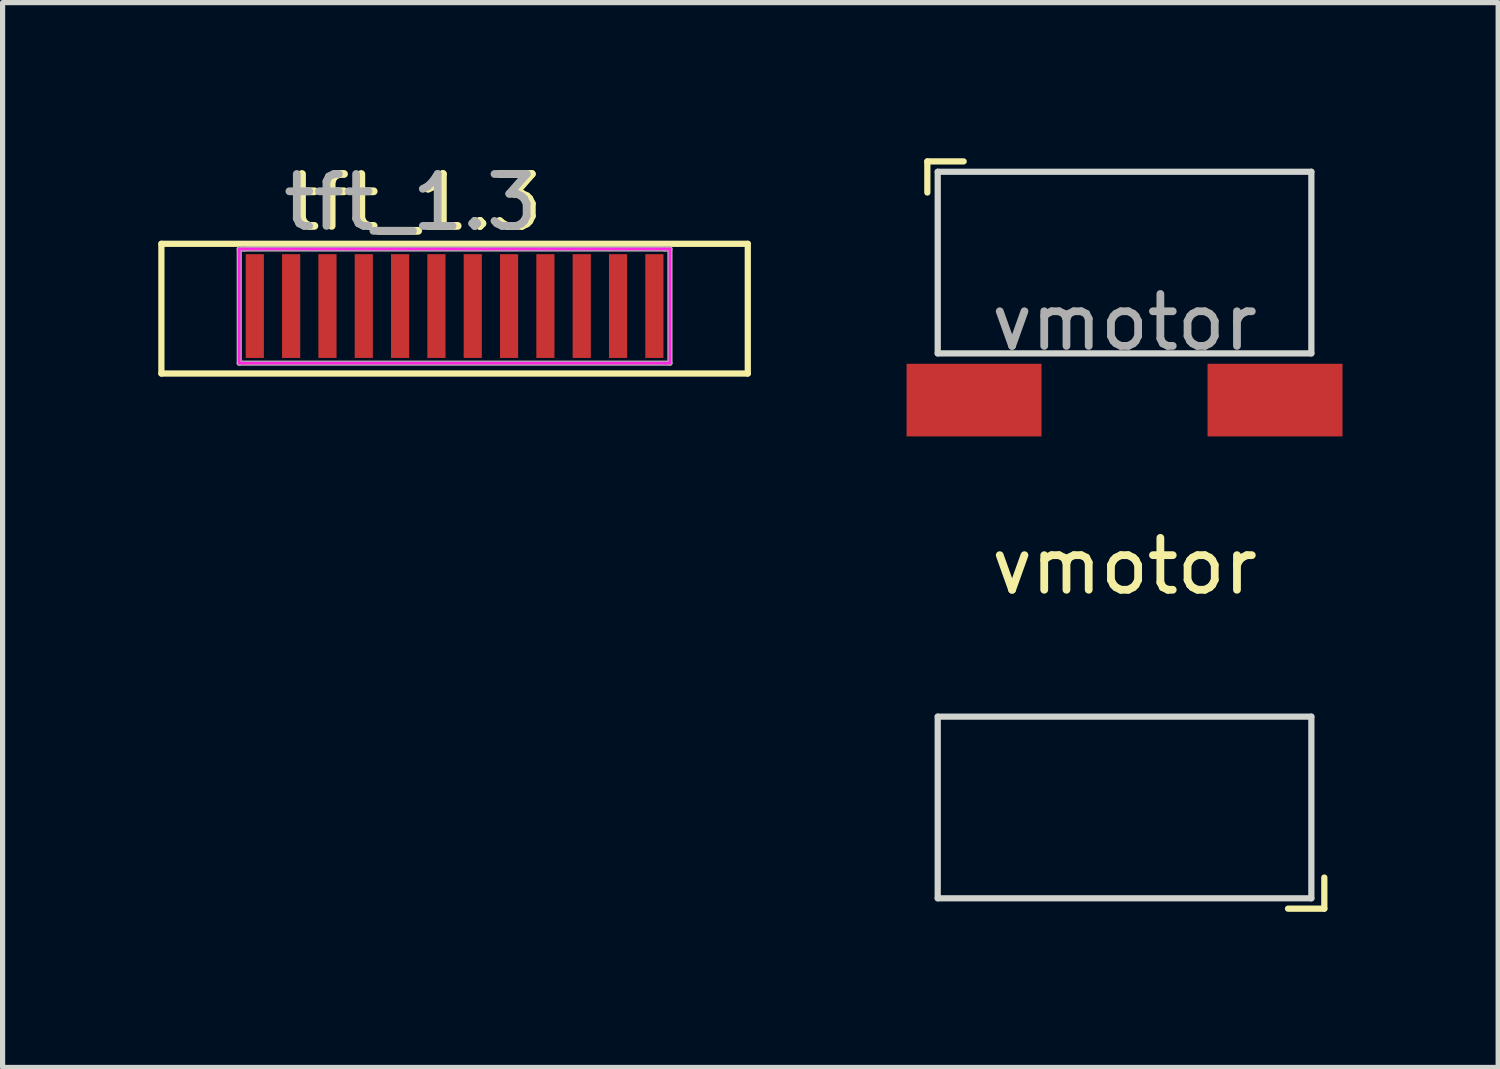
<source format=kicad_pcb>
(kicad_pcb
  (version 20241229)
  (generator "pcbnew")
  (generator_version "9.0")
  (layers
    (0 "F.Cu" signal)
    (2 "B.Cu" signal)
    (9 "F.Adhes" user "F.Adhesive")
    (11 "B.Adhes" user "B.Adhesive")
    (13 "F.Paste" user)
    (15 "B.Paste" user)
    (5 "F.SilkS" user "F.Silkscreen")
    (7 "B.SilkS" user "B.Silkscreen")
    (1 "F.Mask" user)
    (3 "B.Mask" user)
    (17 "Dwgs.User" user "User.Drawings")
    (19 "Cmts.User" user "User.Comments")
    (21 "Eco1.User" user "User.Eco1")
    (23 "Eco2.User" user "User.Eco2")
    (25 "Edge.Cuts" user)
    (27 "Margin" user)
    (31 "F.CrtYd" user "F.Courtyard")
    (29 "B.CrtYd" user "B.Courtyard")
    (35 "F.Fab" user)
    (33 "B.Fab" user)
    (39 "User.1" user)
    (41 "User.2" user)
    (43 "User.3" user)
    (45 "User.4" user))
  (footprint "tft_1.3"
    (layer "F.Cu")
    (at 4.96 1.348)
    (property "Reference" "tft_1.3" (at 0 -0.5 0) (unlocked yes) (layer "F.SilkS") (effects (font (size 1 1) (thickness 0.15))))
    (fp_line (start -4.9 0.3) (end 6.4 0.3) (stroke (width 0.12) (type solid)) (layer "F.SilkS"))
    (fp_line (start -4.9 2.8) (end -4.9 0.3) (stroke (width 0.12) (type solid)) (layer "F.SilkS"))
    (fp_line (start -4.9 2.8) (end 6.4 2.8) (stroke (width 0.12) (type solid)) (layer "F.SilkS"))
    (fp_line (start 6.4 0.3) (end 6.4 2.8) (stroke (width 0.12) (type solid)) (layer "F.SilkS"))
    (fp_line (start -3.4 0.4) (end -3.4 2.6) (stroke (width 0.05) (type solid)) (layer "F.CrtYd"))
    (fp_line (start -3.4 2.6) (end -3.3 2.6) (stroke (width 0.05) (type solid)) (layer "F.CrtYd"))
    (fp_line (start -3.3 0.4) (end -3.4 0.4) (stroke (width 0.05) (type solid)) (layer "F.CrtYd"))
    (fp_line (start -3.3 0.4) (end 4.8 0.4) (stroke (width 0.05) (type solid)) (layer "F.CrtYd"))
    (fp_line (start 4.8 0.4) (end 4.9 0.4) (stroke (width 0.05) (type solid)) (layer "F.CrtYd"))
    (fp_line (start 4.8 2.6) (end -3.3 2.6) (stroke (width 0.05) (type solid)) (layer "F.CrtYd"))
    (fp_line (start 4.9 0.4) (end 4.9 2.6) (stroke (width 0.05) (type solid)) (layer "F.CrtYd"))
    (fp_line (start 4.9 2.6) (end 4.8 2.6) (stroke (width 0.05) (type solid)) (layer "F.CrtYd"))
    (fp_line (start -3.4 0.4) (end -3.3 0.4) (stroke (width 0.1) (type solid)) (layer "F.Fab"))
    (fp_line (start -3.4 2.6) (end -3.4 0.4) (stroke (width 0.1) (type solid)) (layer "F.Fab"))
    (fp_line (start -3.3 0.4) (end 4.8 0.4) (stroke (width 0.1) (type solid)) (layer "F.Fab"))
    (fp_line (start 4.8 0.4) (end 4.9 0.4) (stroke (width 0.1) (type solid)) (layer "F.Fab"))
    (fp_line (start 4.9 0.4) (end 4.9 2.6) (stroke (width 0.1) (type solid)) (layer "F.Fab"))
    (fp_line (start 4.9 2.6) (end -3.4 2.6) (stroke (width 0.1) (type solid)) (layer "F.Fab"))
    (fp_text user "${REFERENCE}" (at -0.1 -0.5 0) (unlocked yes) (layer "F.Fab") (effects (font (size 1 1) (thickness 0.15))))
    (pad "1" smd rect (at -3.1 1.5) (size 0.35 2) (layers "F.Cu" "F.Mask" "F.Paste"))
    (pad "2" smd rect (at -2.4 1.5) (size 0.35 2) (layers "F.Cu" "F.Mask" "F.Paste"))
    (pad "3" smd rect (at -1.7 1.5) (size 0.35 2) (layers "F.Cu" "F.Mask" "F.Paste"))
    (pad "4" smd rect (at -1 1.5) (size 0.35 2) (layers "F.Cu" "F.Mask" "F.Paste"))
    (pad "5" smd rect (at -0.3 1.5) (size 0.35 2) (layers "F.Cu" "F.Mask" "F.Paste"))
    (pad "6" smd rect (at 0.4 1.5) (size 0.35 2) (layers "F.Cu" "F.Mask" "F.Paste"))
    (pad "7" smd rect (at 1.1 1.5) (size 0.35 2) (layers "F.Cu" "F.Mask" "F.Paste"))
    (pad "8" smd rect (at 1.8 1.5) (size 0.35 2) (layers "F.Cu" "F.Mask" "F.Paste"))
    (pad "9" smd rect (at 2.5 1.5) (size 0.35 2) (layers "F.Cu" "F.Mask" "F.Paste"))
    (pad "10" smd rect (at 3.2 1.5) (size 0.35 2) (layers "F.Cu" "F.Mask" "F.Paste"))
    (pad "11" smd rect (at 3.9 1.5) (size 0.35 2) (layers "F.Cu" "F.Mask" "F.Paste"))
    (pad "12" smd rect (at 4.6 1.5) (size 0.35 2) (layers "F.Cu" "F.Mask" "F.Paste")))
  (footprint "vmotor"
    (layer "F.Cu")
    (at 18.62 0.66)
    (property "Reference" "vmotor" (at 0 7.2 0) (unlocked yes) (layer "F.SilkS") (effects (font (size 1 1) (thickness 0.15))))
    (attr smd)
    (fp_line (start -3.8 -0.6) (end -3.8 0) (stroke (width 0.12) (type solid)) (layer "F.SilkS"))
    (fp_line (start -3.8 -0.6) (end -3.1 -0.6) (stroke (width 0.12) (type solid)) (layer "F.SilkS"))
    (fp_line (start 3.85 13.8) (end 3.15 13.8) (stroke (width 0.12) (type solid)) (layer "F.SilkS"))
    (fp_line (start 3.85 13.8) (end 3.85 13.2) (stroke (width 0.12) (type solid)) (layer "F.SilkS"))
    (fp_line (start -3.6 -0.4) (end -3.6 3.1) (stroke (width 0.12) (type solid)) (layer "Edge.Cuts"))
    (fp_line (start -3.6 -0.4) (end 3.6 -0.4) (stroke (width 0.12) (type solid)) (layer "Edge.Cuts"))
    (fp_line (start -3.6 3.1) (end 3.6 3.1) (stroke (width 0.12) (type solid)) (layer "Edge.Cuts"))
    (fp_line (start -3.6 10.1) (end -3.6 13.6) (stroke (width 0.12) (type solid)) (layer "Edge.Cuts"))
    (fp_line (start -3.6 10.1) (end 3.6 10.1) (stroke (width 0.12) (type solid)) (layer "Edge.Cuts"))
    (fp_line (start -3.6 13.6) (end 3.6 13.6) (stroke (width 0.12) (type solid)) (layer "Edge.Cuts"))
    (fp_line (start 3.6 -0.4) (end 3.6 3.1) (stroke (width 0.12) (type solid)) (layer "Edge.Cuts"))
    (fp_line (start 3.6 10.1) (end 3.6 13.6) (stroke (width 0.12) (type solid)) (layer "Edge.Cuts"))
    (fp_text user "${REFERENCE}" (at 0 2.5 0) (unlocked yes) (layer "F.Fab") (effects (font (size 1 1) (thickness 0.15))))
    (pad "1" smd rect (at -2.9 4) (size 2.6 1.4) (layers "F.Cu" "F.Mask" "F.Paste"))
    (pad "2" smd rect (at 2.9 4) (size 2.6 1.4) (layers "F.Cu" "F.Mask" "F.Paste")))
  (gr_rect
    (start -3 -3)
    (end 25.82 17.52)
    (stroke (width 0.1) (type default))
    (fill no)
    (layer "Edge.Cuts")))
</source>
